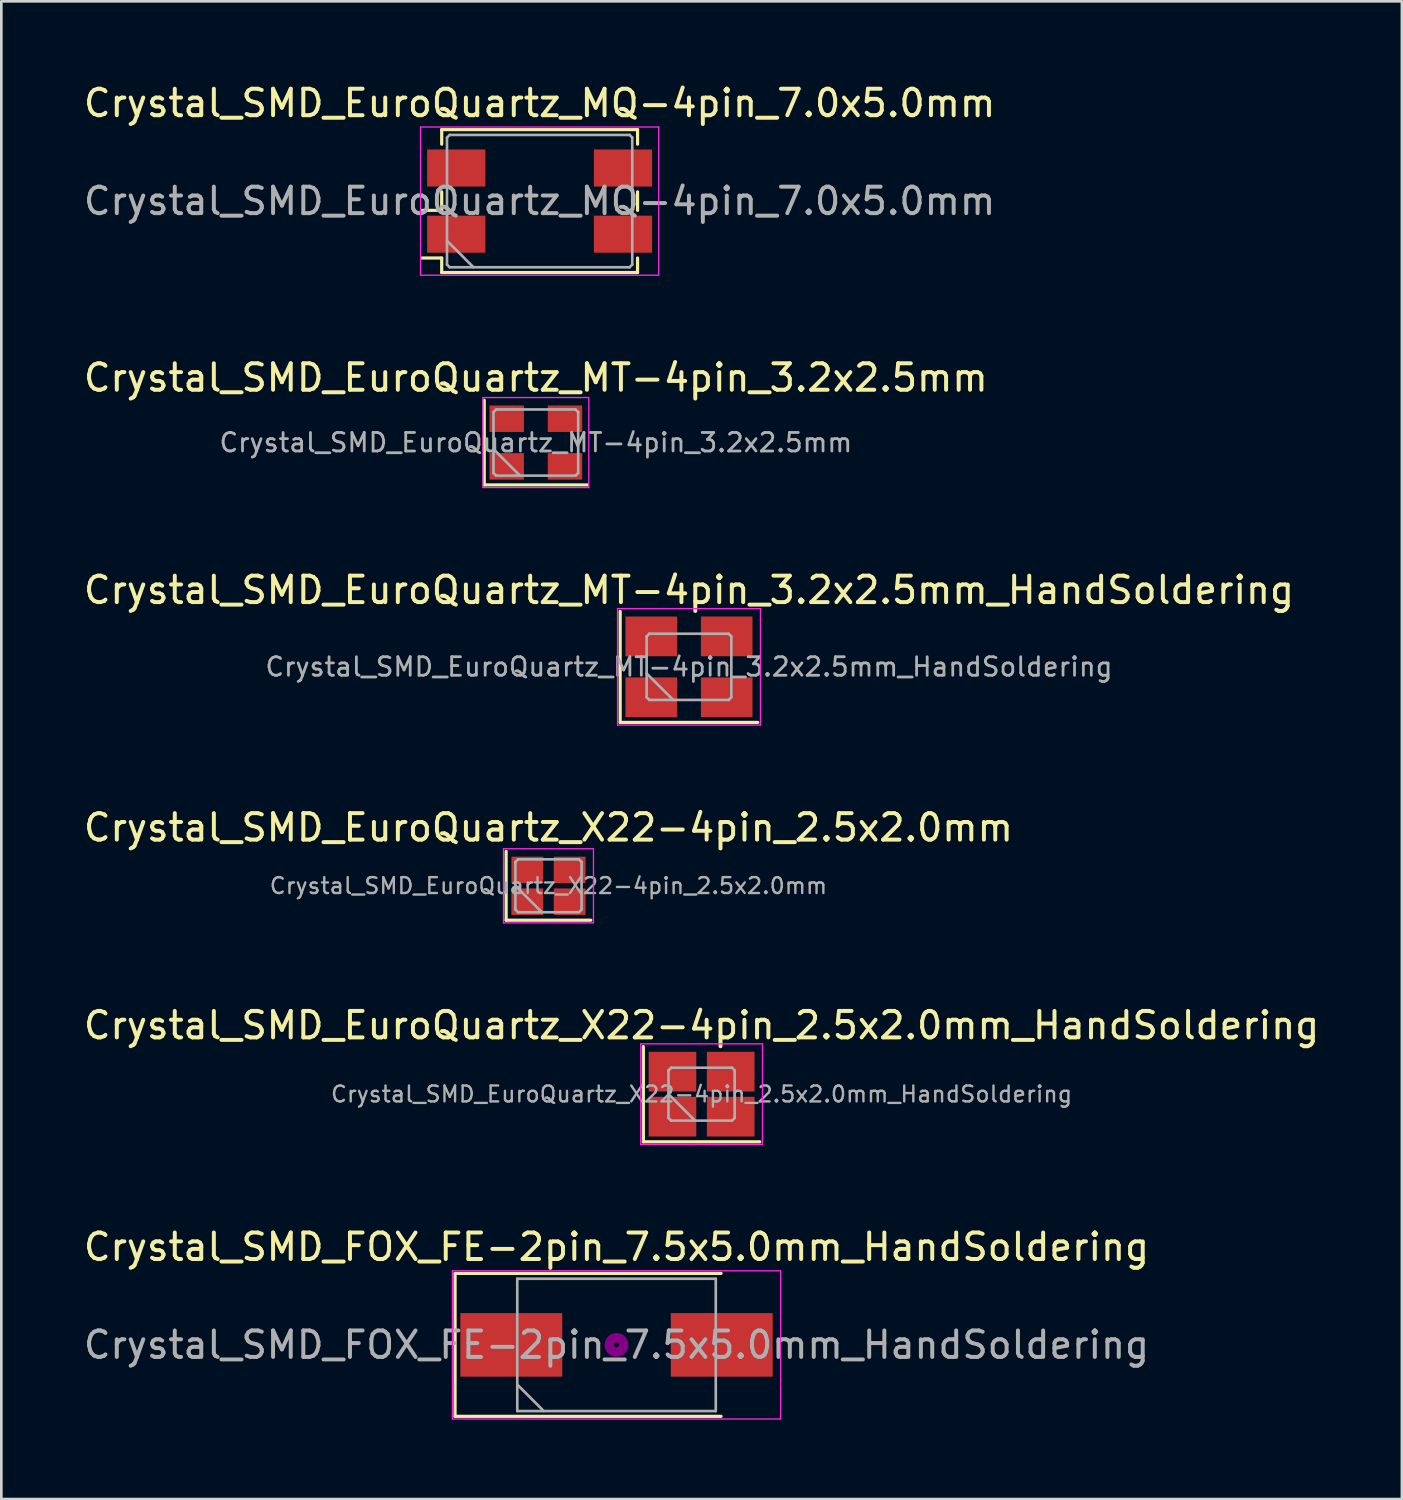
<source format=kicad_pcb>
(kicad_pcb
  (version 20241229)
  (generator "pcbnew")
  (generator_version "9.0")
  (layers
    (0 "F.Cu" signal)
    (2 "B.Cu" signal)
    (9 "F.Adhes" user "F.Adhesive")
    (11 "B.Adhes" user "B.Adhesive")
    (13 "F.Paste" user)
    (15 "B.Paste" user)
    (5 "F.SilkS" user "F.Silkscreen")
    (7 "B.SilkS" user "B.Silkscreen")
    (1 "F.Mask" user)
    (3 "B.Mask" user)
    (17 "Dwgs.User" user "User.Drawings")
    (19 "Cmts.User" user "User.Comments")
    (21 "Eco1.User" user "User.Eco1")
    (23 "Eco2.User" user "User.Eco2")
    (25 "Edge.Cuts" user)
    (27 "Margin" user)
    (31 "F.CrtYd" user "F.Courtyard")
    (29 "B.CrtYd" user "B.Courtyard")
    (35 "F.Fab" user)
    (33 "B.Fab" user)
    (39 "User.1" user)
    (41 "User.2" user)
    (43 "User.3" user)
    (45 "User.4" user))
  (footprint "Crystal_SMD_EuroQuartz_X22-4pin_2.5x2.0mm_HandSoldering"
    (layer "F.Cu")
    (at 23.458 38.291)
    (property "Reference" "Crystal_SMD_EuroQuartz_X22-4pin_2.5x2.0mm_HandSoldering" (at 0 -2.6 0) (layer "F.SilkS") (effects (font (size 1 1) (thickness 0.15))))
    (attr smd)
    (fp_line (start -2.2 -1.8) (end -2.2 1.8) (stroke (width 0.12) (type solid)) (layer "F.SilkS"))
    (fp_line (start -2.2 1.8) (end 2.2 1.8) (stroke (width 0.12) (type solid)) (layer "F.SilkS"))
    (fp_line (start -2.3 -1.9) (end -2.3 1.9) (stroke (width 0.05) (type solid)) (layer "F.CrtYd"))
    (fp_line (start -2.3 1.9) (end 2.3 1.9) (stroke (width 0.05) (type solid)) (layer "F.CrtYd"))
    (fp_line (start 2.3 -1.9) (end -2.3 -1.9) (stroke (width 0.05) (type solid)) (layer "F.CrtYd"))
    (fp_line (start 2.3 1.9) (end 2.3 -1.9) (stroke (width 0.05) (type solid)) (layer "F.CrtYd"))
    (fp_line (start -1.25 -0.9) (end -1.15 -1) (stroke (width 0.1) (type solid)) (layer "F.Fab"))
    (fp_line (start -1.25 0) (end -0.25 1) (stroke (width 0.1) (type solid)) (layer "F.Fab"))
    (fp_line (start -1.25 0.9) (end -1.25 -0.9) (stroke (width 0.1) (type solid)) (layer "F.Fab"))
    (fp_line (start -1.15 -1) (end 1.15 -1) (stroke (width 0.1) (type solid)) (layer "F.Fab"))
    (fp_line (start -1.15 1) (end -1.25 0.9) (stroke (width 0.1) (type solid)) (layer "F.Fab"))
    (fp_line (start 1.15 -1) (end 1.25 -0.9) (stroke (width 0.1) (type solid)) (layer "F.Fab"))
    (fp_line (start 1.15 1) (end -1.15 1) (stroke (width 0.1) (type solid)) (layer "F.Fab"))
    (fp_line (start 1.25 -0.9) (end 1.25 0.9) (stroke (width 0.1) (type solid)) (layer "F.Fab"))
    (fp_line (start 1.25 0.9) (end 1.15 1) (stroke (width 0.1) (type solid)) (layer "F.Fab"))
    (fp_text user "${REFERENCE}" (at 0 0 0) (layer "F.Fab") (effects (font (size 0.6 0.6) (thickness 0.09))))
    (pad "1" smd rect (at -1.1 0.85) (size 1.8 1.5) (layers "F.Cu" "F.Mask" "F.Paste"))
    (pad "2" smd rect (at 1.1 0.85) (size 1.8 1.5) (layers "F.Cu" "F.Mask" "F.Paste"))
    (pad "3" smd rect (at 1.1 -0.85) (size 1.8 1.5) (layers "F.Cu" "F.Mask" "F.Paste"))
    (pad "4" smd rect (at -1.1 -0.85) (size 1.8 1.5) (layers "F.Cu" "F.Mask" "F.Paste")))
  (footprint "Crystal_SMD_EuroQuartz_MQ-4pin_7.0x5.0mm"
    (layer "F.Cu")
    (at 17.339 4.548)
    (property "Reference" "Crystal_SMD_EuroQuartz_MQ-4pin_7.0x5.0mm" (at 0 -3.7 0) (layer "F.SilkS") (effects (font (size 1 1) (thickness 0.15))))
    (attr smd)
    (fp_line (start -4.45 0.35) (end -3.7 0.35) (stroke (width 0.12) (type solid)) (layer "F.SilkS"))
    (fp_line (start -4.45 2.15) (end -3.7 2.15) (stroke (width 0.12) (type solid)) (layer "F.SilkS"))
    (fp_line (start -3.7 -2.7) (end 3.7 -2.7) (stroke (width 0.12) (type solid)) (layer "F.SilkS"))
    (fp_line (start -3.7 -2.15) (end -3.7 -2.7) (stroke (width 0.12) (type solid)) (layer "F.SilkS"))
    (fp_line (start -3.7 0.35) (end -3.7 -0.35) (stroke (width 0.12) (type solid)) (layer "F.SilkS"))
    (fp_line (start -3.7 2.15) (end -3.7 2.7) (stroke (width 0.12) (type solid)) (layer "F.SilkS"))
    (fp_line (start -3.7 2.7) (end 3.7 2.7) (stroke (width 0.12) (type solid)) (layer "F.SilkS"))
    (fp_line (start 3.7 -2.7) (end 3.7 -2.15) (stroke (width 0.12) (type solid)) (layer "F.SilkS"))
    (fp_line (start 3.7 -0.35) (end 3.7 0.35) (stroke (width 0.12) (type solid)) (layer "F.SilkS"))
    (fp_line (start 3.7 2.7) (end 3.7 2.15) (stroke (width 0.12) (type solid)) (layer "F.SilkS"))
    (fp_line (start -4.5 -2.8) (end -4.5 2.8) (stroke (width 0.05) (type solid)) (layer "F.CrtYd"))
    (fp_line (start -4.5 2.8) (end 4.5 2.8) (stroke (width 0.05) (type solid)) (layer "F.CrtYd"))
    (fp_line (start 4.5 -2.8) (end -4.5 -2.8) (stroke (width 0.05) (type solid)) (layer "F.CrtYd"))
    (fp_line (start 4.5 2.8) (end 4.5 -2.8) (stroke (width 0.05) (type solid)) (layer "F.CrtYd"))
    (fp_line (start -3.5 -2.4) (end -3.4 -2.5) (stroke (width 0.1) (type solid)) (layer "F.Fab"))
    (fp_line (start -3.5 1.5) (end -2.5 2.5) (stroke (width 0.1) (type solid)) (layer "F.Fab"))
    (fp_line (start -3.5 2.4) (end -3.5 -2.4) (stroke (width 0.1) (type solid)) (layer "F.Fab"))
    (fp_line (start -3.4 -2.5) (end 3.4 -2.5) (stroke (width 0.1) (type solid)) (layer "F.Fab"))
    (fp_line (start -3.4 2.5) (end -3.5 2.4) (stroke (width 0.1) (type solid)) (layer "F.Fab"))
    (fp_line (start 3.4 -2.5) (end 3.5 -2.4) (stroke (width 0.1) (type solid)) (layer "F.Fab"))
    (fp_line (start 3.4 2.5) (end -3.4 2.5) (stroke (width 0.1) (type solid)) (layer "F.Fab"))
    (fp_line (start 3.5 -2.4) (end 3.5 2.4) (stroke (width 0.1) (type solid)) (layer "F.Fab"))
    (fp_line (start 3.5 2.4) (end 3.4 2.5) (stroke (width 0.1) (type solid)) (layer "F.Fab"))
    (fp_text user "${REFERENCE}" (at 0 0 0) (layer "F.Fab") (effects (font (size 1 1) (thickness 0.15))))
    (pad "1" smd rect (at -3.15 1.25) (size 2.2 1.4) (layers "F.Cu" "F.Mask" "F.Paste"))
    (pad "2" smd rect (at 3.15 1.25) (size 2.2 1.4) (layers "F.Cu" "F.Mask" "F.Paste"))
    (pad "3" smd rect (at 3.15 -1.25) (size 2.2 1.4) (layers "F.Cu" "F.Mask" "F.Paste"))
    (pad "4" smd rect (at -3.15 -1.25) (size 2.2 1.4) (layers "F.Cu" "F.Mask" "F.Paste")))
  (footprint "Crystal_SMD_EuroQuartz_MT-4pin_3.2x2.5mm"
    (layer "F.Cu")
    (at 17.196 13.671)
    (property "Reference" "Crystal_SMD_EuroQuartz_MT-4pin_3.2x2.5mm" (at 0 -2.45 0) (layer "F.SilkS") (effects (font (size 1 1) (thickness 0.15))))
    (attr smd)
    (fp_line (start -1.95 -1.6) (end -1.95 1.6) (stroke (width 0.12) (type solid)) (layer "F.SilkS"))
    (fp_line (start -1.95 1.6) (end 1.95 1.6) (stroke (width 0.12) (type solid)) (layer "F.SilkS"))
    (fp_line (start -2 -1.7) (end -2 1.7) (stroke (width 0.05) (type solid)) (layer "F.CrtYd"))
    (fp_line (start -2 1.7) (end 2 1.7) (stroke (width 0.05) (type solid)) (layer "F.CrtYd"))
    (fp_line (start 2 -1.7) (end -2 -1.7) (stroke (width 0.05) (type solid)) (layer "F.CrtYd"))
    (fp_line (start 2 1.7) (end 2 -1.7) (stroke (width 0.05) (type solid)) (layer "F.CrtYd"))
    (fp_line (start -1.6 -1.15) (end -1.5 -1.25) (stroke (width 0.1) (type solid)) (layer "F.Fab"))
    (fp_line (start -1.6 0.25) (end -0.6 1.25) (stroke (width 0.1) (type solid)) (layer "F.Fab"))
    (fp_line (start -1.6 1.15) (end -1.6 -1.15) (stroke (width 0.1) (type solid)) (layer "F.Fab"))
    (fp_line (start -1.5 -1.25) (end 1.5 -1.25) (stroke (width 0.1) (type solid)) (layer "F.Fab"))
    (fp_line (start -1.5 1.25) (end -1.6 1.15) (stroke (width 0.1) (type solid)) (layer "F.Fab"))
    (fp_line (start 1.5 -1.25) (end 1.6 -1.15) (stroke (width 0.1) (type solid)) (layer "F.Fab"))
    (fp_line (start 1.5 1.25) (end -1.5 1.25) (stroke (width 0.1) (type solid)) (layer "F.Fab"))
    (fp_line (start 1.6 -1.15) (end 1.6 1.15) (stroke (width 0.1) (type solid)) (layer "F.Fab"))
    (fp_line (start 1.6 1.15) (end 1.5 1.25) (stroke (width 0.1) (type solid)) (layer "F.Fab"))
    (fp_text user "${REFERENCE}" (at 0 0 0) (layer "F.Fab") (effects (font (size 0.7 0.7) (thickness 0.105))))
    (pad "1" smd rect (at -1.1 0.9) (size 1.3 1) (layers "F.Cu" "F.Mask" "F.Paste"))
    (pad "2" smd rect (at 1.1 0.9) (size 1.3 1) (layers "F.Cu" "F.Mask" "F.Paste"))
    (pad "3" smd rect (at 1.1 -0.9) (size 1.3 1) (layers "F.Cu" "F.Mask" "F.Paste"))
    (pad "4" smd rect (at -1.1 -0.9) (size 1.3 1) (layers "F.Cu" "F.Mask" "F.Paste")))
  (footprint "Crystal_SMD_EuroQuartz_X22-4pin_2.5x2.0mm"
    (layer "F.Cu")
    (at 17.673 30.418)
    (property "Reference" "Crystal_SMD_EuroQuartz_X22-4pin_2.5x2.0mm" (at 0 -2.2 0) (layer "F.SilkS") (effects (font (size 1 1) (thickness 0.15))))
    (attr smd)
    (fp_line (start -1.6 -1.3) (end -1.6 1.3) (stroke (width 0.12) (type solid)) (layer "F.SilkS"))
    (fp_line (start -1.6 1.3) (end 1.6 1.3) (stroke (width 0.12) (type solid)) (layer "F.SilkS"))
    (fp_line (start -1.7 -1.4) (end -1.7 1.4) (stroke (width 0.05) (type solid)) (layer "F.CrtYd"))
    (fp_line (start -1.7 1.4) (end 1.7 1.4) (stroke (width 0.05) (type solid)) (layer "F.CrtYd"))
    (fp_line (start 1.7 -1.4) (end -1.7 -1.4) (stroke (width 0.05) (type solid)) (layer "F.CrtYd"))
    (fp_line (start 1.7 1.4) (end 1.7 -1.4) (stroke (width 0.05) (type solid)) (layer "F.CrtYd"))
    (fp_line (start -1.25 -0.9) (end -1.15 -1) (stroke (width 0.1) (type solid)) (layer "F.Fab"))
    (fp_line (start -1.25 0) (end -0.25 1) (stroke (width 0.1) (type solid)) (layer "F.Fab"))
    (fp_line (start -1.25 0.9) (end -1.25 -0.9) (stroke (width 0.1) (type solid)) (layer "F.Fab"))
    (fp_line (start -1.15 -1) (end 1.15 -1) (stroke (width 0.1) (type solid)) (layer "F.Fab"))
    (fp_line (start -1.15 1) (end -1.25 0.9) (stroke (width 0.1) (type solid)) (layer "F.Fab"))
    (fp_line (start 1.15 -1) (end 1.25 -0.9) (stroke (width 0.1) (type solid)) (layer "F.Fab"))
    (fp_line (start 1.15 1) (end -1.15 1) (stroke (width 0.1) (type solid)) (layer "F.Fab"))
    (fp_line (start 1.25 -0.9) (end 1.25 0.9) (stroke (width 0.1) (type solid)) (layer "F.Fab"))
    (fp_line (start 1.25 0.9) (end 1.15 1) (stroke (width 0.1) (type solid)) (layer "F.Fab"))
    (fp_text user "${REFERENCE}" (at 0 0 0) (layer "F.Fab") (effects (font (size 0.6 0.6) (thickness 0.09))))
    (pad "1" smd rect (at -0.8 0.6) (size 1.2 1) (layers "F.Cu" "F.Mask" "F.Paste"))
    (pad "2" smd rect (at 0.8 0.6) (size 1.2 1) (layers "F.Cu" "F.Mask" "F.Paste"))
    (pad "3" smd rect (at 0.8 -0.6) (size 1.2 1) (layers "F.Cu" "F.Mask" "F.Paste"))
    (pad "4" smd rect (at -0.8 -0.6) (size 1.2 1) (layers "F.Cu" "F.Mask" "F.Paste")))
  (footprint "Crystal_SMD_EuroQuartz_MT-4pin_3.2x2.5mm_HandSoldering"
    (layer "F.Cu")
    (at 22.982 22.145)
    (property "Reference" "Crystal_SMD_EuroQuartz_MT-4pin_3.2x2.5mm_HandSoldering" (at 0 -2.9 0) (layer "F.SilkS") (effects (font (size 1 1) (thickness 0.15))))
    (attr smd)
    (fp_line (start -2.6 -2.1) (end -2.6 2.1) (stroke (width 0.12) (type solid)) (layer "F.SilkS"))
    (fp_line (start -2.6 2.1) (end 2.6 2.1) (stroke (width 0.12) (type solid)) (layer "F.SilkS"))
    (fp_line (start -2.7 -2.2) (end -2.7 2.2) (stroke (width 0.05) (type solid)) (layer "F.CrtYd"))
    (fp_line (start -2.7 2.2) (end 2.7 2.2) (stroke (width 0.05) (type solid)) (layer "F.CrtYd"))
    (fp_line (start 2.7 -2.2) (end -2.7 -2.2) (stroke (width 0.05) (type solid)) (layer "F.CrtYd"))
    (fp_line (start 2.7 2.2) (end 2.7 -2.2) (stroke (width 0.05) (type solid)) (layer "F.CrtYd"))
    (fp_line (start -1.6 -1.15) (end -1.5 -1.25) (stroke (width 0.1) (type solid)) (layer "F.Fab"))
    (fp_line (start -1.6 0.25) (end -0.6 1.25) (stroke (width 0.1) (type solid)) (layer "F.Fab"))
    (fp_line (start -1.6 1.15) (end -1.6 -1.15) (stroke (width 0.1) (type solid)) (layer "F.Fab"))
    (fp_line (start -1.5 -1.25) (end 1.5 -1.25) (stroke (width 0.1) (type solid)) (layer "F.Fab"))
    (fp_line (start -1.5 1.25) (end -1.6 1.15) (stroke (width 0.1) (type solid)) (layer "F.Fab"))
    (fp_line (start 1.5 -1.25) (end 1.6 -1.15) (stroke (width 0.1) (type solid)) (layer "F.Fab"))
    (fp_line (start 1.5 1.25) (end -1.5 1.25) (stroke (width 0.1) (type solid)) (layer "F.Fab"))
    (fp_line (start 1.6 -1.15) (end 1.6 1.15) (stroke (width 0.1) (type solid)) (layer "F.Fab"))
    (fp_line (start 1.6 1.15) (end 1.5 1.25) (stroke (width 0.1) (type solid)) (layer "F.Fab"))
    (fp_text user "${REFERENCE}" (at 0 0 0) (layer "F.Fab") (effects (font (size 0.7 0.7) (thickness 0.105))))
    (pad "1" smd rect (at -1.425 1.15) (size 1.95 1.5) (layers "F.Cu" "F.Mask" "F.Paste"))
    (pad "2" smd rect (at 1.425 1.15) (size 1.95 1.5) (layers "F.Cu" "F.Mask" "F.Paste"))
    (pad "3" smd rect (at 1.425 -1.15) (size 1.95 1.5) (layers "F.Cu" "F.Mask" "F.Paste"))
    (pad "4" smd rect (at -1.425 -1.15) (size 1.95 1.5) (layers "F.Cu" "F.Mask" "F.Paste")))
  (footprint "Crystal_SMD_FOX_FE-2pin_7.5x5.0mm_HandSoldering"
    (layer "F.Cu")
    (at 20.244 47.764)
    (property "Reference" "Crystal_SMD_FOX_FE-2pin_7.5x5.0mm_HandSoldering" (at 0 -3.7 0) (layer "F.SilkS") (effects (font (size 1 1) (thickness 0.15))))
    (attr smd)
    (fp_line (start -6.1 -2.7) (end -6.1 2.7) (stroke (width 0.12) (type solid)) (layer "F.SilkS"))
    (fp_line (start -6.1 2.7) (end 3.95 2.7) (stroke (width 0.12) (type solid)) (layer "F.SilkS"))
    (fp_line (start 3.95 -2.7) (end -6.1 -2.7) (stroke (width 0.12) (type solid)) (layer "F.SilkS"))
    (fp_circle (center 0 0) (end 0.093 0) (stroke (width 0.187) (type solid)) (fill no) (layer "F.Adhes"))
    (fp_circle (center 0 0) (end 0.213 0) (stroke (width 0.133) (type solid)) (fill no) (layer "F.Adhes"))
    (fp_circle (center 0 0) (end 0.333 0) (stroke (width 0.133) (type solid)) (fill no) (layer "F.Adhes"))
    (fp_circle (center 0 0) (end 0.4 0) (stroke (width 0.1) (type solid)) (fill no) (layer "F.Adhes"))
    (fp_line (start -6.2 -2.8) (end -6.2 2.8) (stroke (width 0.05) (type solid)) (layer "F.CrtYd"))
    (fp_line (start -6.2 2.8) (end 6.2 2.8) (stroke (width 0.05) (type solid)) (layer "F.CrtYd"))
    (fp_line (start 6.2 -2.8) (end -6.2 -2.8) (stroke (width 0.05) (type solid)) (layer "F.CrtYd"))
    (fp_line (start 6.2 2.8) (end 6.2 -2.8) (stroke (width 0.05) (type solid)) (layer "F.CrtYd"))
    (fp_line (start -3.75 -2.5) (end -3.75 2.5) (stroke (width 0.1) (type solid)) (layer "F.Fab"))
    (fp_line (start -3.75 1.5) (end -2.75 2.5) (stroke (width 0.1) (type solid)) (layer "F.Fab"))
    (fp_line (start -3.75 2.5) (end 3.75 2.5) (stroke (width 0.1) (type solid)) (layer "F.Fab"))
    (fp_line (start 3.75 -2.5) (end -3.75 -2.5) (stroke (width 0.1) (type solid)) (layer "F.Fab"))
    (fp_line (start 3.75 2.5) (end 3.75 -2.5) (stroke (width 0.1) (type solid)) (layer "F.Fab"))
    (fp_text user "${REFERENCE}" (at 0 0 0) (layer "F.Fab") (effects (font (size 1 1) (thickness 0.15))))
    (pad "1" smd rect (at -3.975 0) (size 3.85 2.4) (layers "F.Cu" "F.Mask" "F.Paste"))
    (pad "2" smd rect (at 3.975 0) (size 3.85 2.4) (layers "F.Cu" "F.Mask" "F.Paste")))
  (gr_rect
    (start -3 -3)
    (end 49.917 53.59)
    (stroke (width 0.1) (type default))
    (fill no)
    (layer "Edge.Cuts")))
</source>
